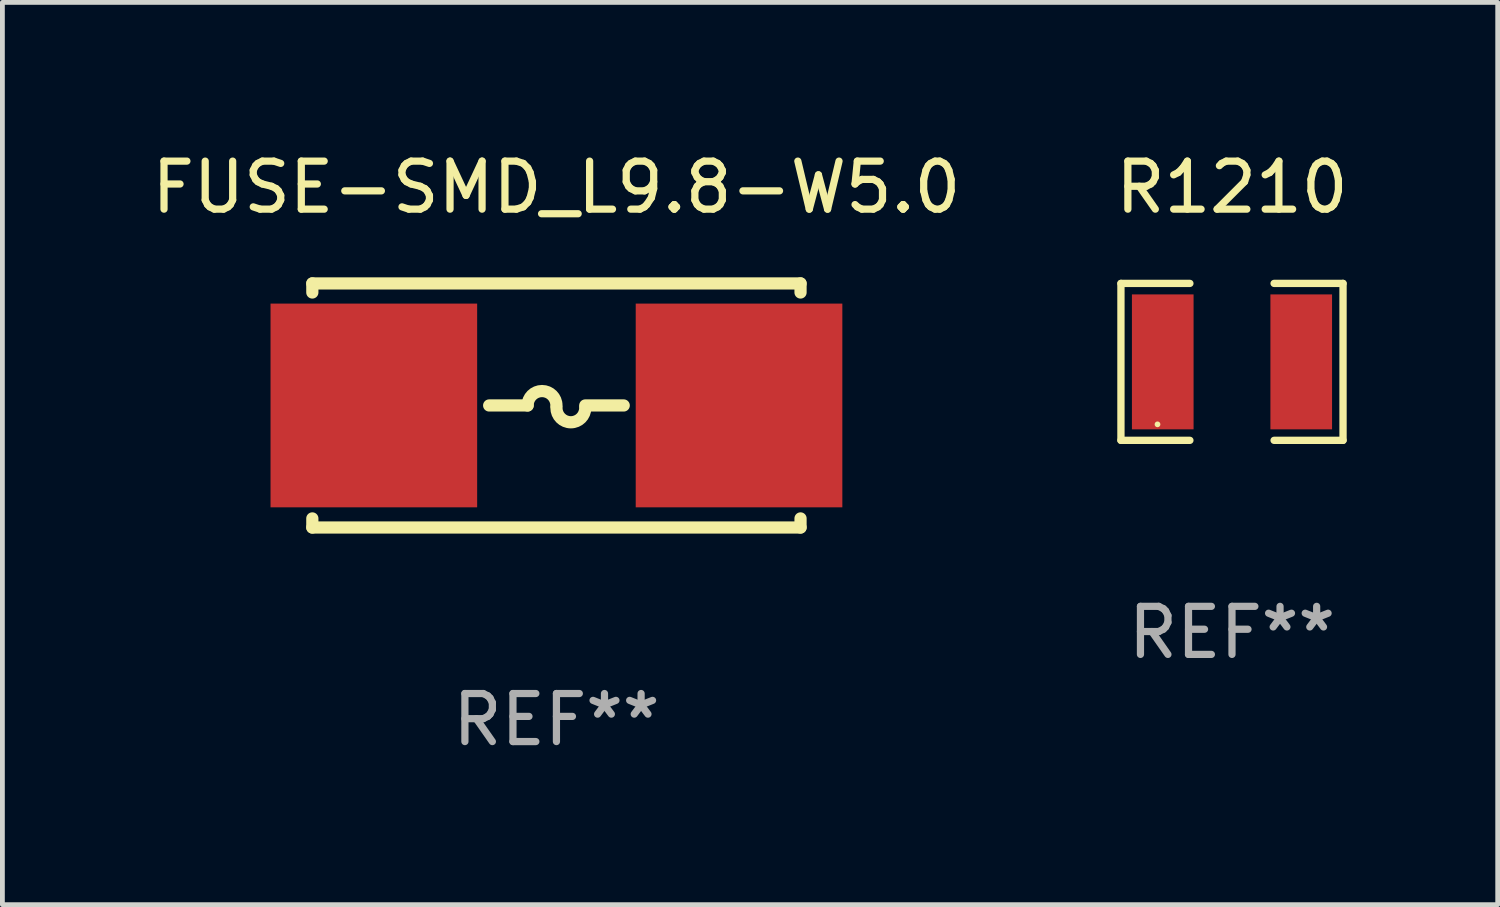
<source format=kicad_pcb>
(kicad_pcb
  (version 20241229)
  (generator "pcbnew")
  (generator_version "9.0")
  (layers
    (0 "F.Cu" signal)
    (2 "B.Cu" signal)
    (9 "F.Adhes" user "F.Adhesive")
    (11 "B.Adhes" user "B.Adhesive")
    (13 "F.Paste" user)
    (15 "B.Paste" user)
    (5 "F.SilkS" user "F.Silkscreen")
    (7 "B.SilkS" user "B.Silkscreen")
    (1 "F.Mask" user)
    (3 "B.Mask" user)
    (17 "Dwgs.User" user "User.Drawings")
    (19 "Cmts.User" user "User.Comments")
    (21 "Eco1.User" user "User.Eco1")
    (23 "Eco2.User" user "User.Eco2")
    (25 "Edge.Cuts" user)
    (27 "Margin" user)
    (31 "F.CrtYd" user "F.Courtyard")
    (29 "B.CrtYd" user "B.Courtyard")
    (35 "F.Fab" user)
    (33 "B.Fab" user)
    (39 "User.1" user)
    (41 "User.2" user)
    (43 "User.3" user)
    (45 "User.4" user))
  (footprint "R1210"
    (layer "F.Cu")
    (at 22.589 4.481)
    (property "Reference" "R1210" (at 0 -3.633 0) (layer "F.SilkS") (effects (font (size 1 1) (thickness 0.15))))
    (attr through_hole)
    (fp_line (start -2.311 -1.633) (end -0.876 -1.633) (stroke (width 0.152) (type solid)) (layer "F.SilkS"))
    (fp_line (start -2.311 1.633) (end -2.311 -1.633) (stroke (width 0.152) (type solid)) (layer "F.SilkS"))
    (fp_line (start -0.876 1.633) (end -2.311 1.633) (stroke (width 0.152) (type solid)) (layer "F.SilkS"))
    (fp_line (start 0.876 1.633) (end 2.311 1.633) (stroke (width 0.152) (type solid)) (layer "F.SilkS"))
    (fp_line (start 2.311 -1.633) (end 0.876 -1.633) (stroke (width 0.152) (type solid)) (layer "F.SilkS"))
    (fp_line (start 2.311 1.633) (end 2.311 -1.633) (stroke (width 0.152) (type solid)) (layer "F.SilkS"))
    (fp_circle (center -1.55 1.3) (end -1.52 1.3) (stroke (width 0.06) (type solid)) (fill no) (layer "F.SilkS"))
    (fp_text user "REF**" (at 0 5.633 0) (layer "F.Fab") (effects (font (size 1 1) (thickness 0.15))))
    (pad "1" smd rect (at -1.441 0) (size 1.283 2.808) (layers "F.Cu" "F.Mask" "F.Paste"))
    (pad "2" smd rect (at 1.441 0) (size 1.283 2.808) (layers "F.Cu" "F.Mask" "F.Paste")))
  (footprint "FUSE-SMD_L9.8-W5.0"
    (layer "F.Cu")
    (at 8.53 5.388)
    (property "Reference" "FUSE-SMD_L9.8-W5.0" (at 0 -4.54 0) (layer "F.SilkS") (effects (font (size 1 1) (thickness 0.15))))
    (attr through_hole)
    (fp_line (start -5.08 -2.54) (end 5.08 -2.54) (stroke (width 0.254) (type solid)) (layer "F.SilkS"))
    (fp_line (start -5.08 -2.351) (end -5.08 -2.54) (stroke (width 0.254) (type solid)) (layer "F.SilkS"))
    (fp_line (start -5.08 2.54) (end -5.08 2.351) (stroke (width 0.254) (type solid)) (layer "F.SilkS"))
    (fp_line (start -1.4 0) (end -0.6 0) (stroke (width 0.254) (type solid)) (layer "F.SilkS"))
    (fp_line (start 1.4 0) (end 0.6 0) (stroke (width 0.254) (type solid)) (layer "F.SilkS"))
    (fp_line (start 5.08 -2.54) (end 5.08 -2.351) (stroke (width 0.254) (type solid)) (layer "F.SilkS"))
    (fp_line (start 5.08 2.351) (end 5.08 2.54) (stroke (width 0.254) (type solid)) (layer "F.SilkS"))
    (fp_line (start 5.08 2.54) (end -5.08 2.54) (stroke (width 0.254) (type solid)) (layer "F.SilkS"))
    (fp_arc (start -0.6 0) (mid -0.299987 -0.300013) (end 0.000026 0) (stroke (width 0.254001) (type solid)) (layer "F.SilkS"))
    (fp_arc (start 0.600051 0.050064) (mid 0.300038 0.350077) (end 0.000025 0.050064) (stroke (width 0.254001) (type solid)) (layer "F.SilkS"))
    (fp_circle (center -4.85 2.485) (end -4.82 2.485) (stroke (width 0.06) (type solid)) (fill no) (layer "F.SilkS"))
    (fp_text user "REF**" (at 0 6.54 0) (layer "F.Fab") (effects (font (size 1 1) (thickness 0.15))))
    (pad "1" smd rect (at -3.8 0) (size 4.3 4.24) (layers "F.Cu" "F.Mask" "F.Paste"))
    (pad "2" smd rect (at 3.8 0) (size 4.3 4.24) (layers "F.Cu" "F.Mask" "F.Paste")))
  (gr_rect
    (start -3 -3)
    (end 28.119 15.777)
    (stroke (width 0.1) (type default))
    (fill no)
    (layer "Edge.Cuts")))
</source>
